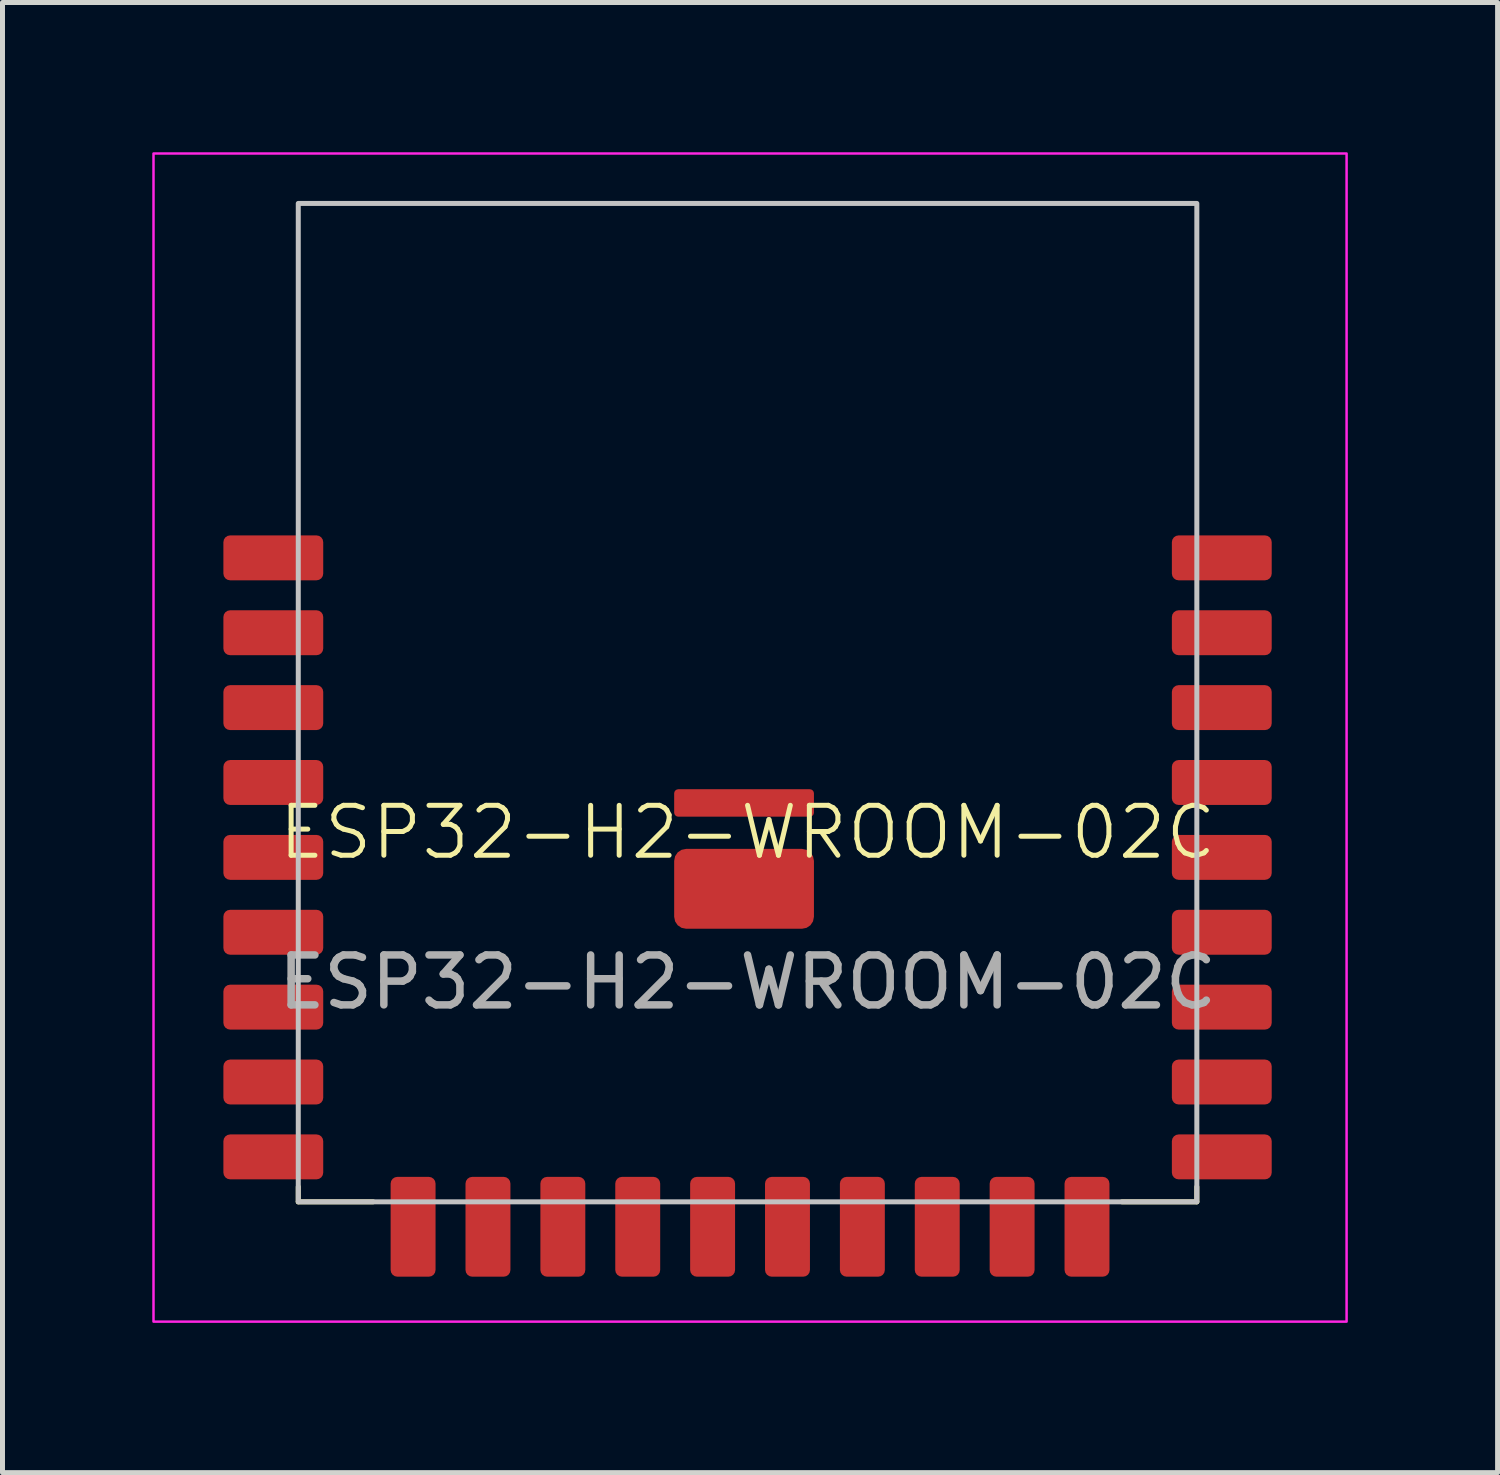
<source format=kicad_pcb>
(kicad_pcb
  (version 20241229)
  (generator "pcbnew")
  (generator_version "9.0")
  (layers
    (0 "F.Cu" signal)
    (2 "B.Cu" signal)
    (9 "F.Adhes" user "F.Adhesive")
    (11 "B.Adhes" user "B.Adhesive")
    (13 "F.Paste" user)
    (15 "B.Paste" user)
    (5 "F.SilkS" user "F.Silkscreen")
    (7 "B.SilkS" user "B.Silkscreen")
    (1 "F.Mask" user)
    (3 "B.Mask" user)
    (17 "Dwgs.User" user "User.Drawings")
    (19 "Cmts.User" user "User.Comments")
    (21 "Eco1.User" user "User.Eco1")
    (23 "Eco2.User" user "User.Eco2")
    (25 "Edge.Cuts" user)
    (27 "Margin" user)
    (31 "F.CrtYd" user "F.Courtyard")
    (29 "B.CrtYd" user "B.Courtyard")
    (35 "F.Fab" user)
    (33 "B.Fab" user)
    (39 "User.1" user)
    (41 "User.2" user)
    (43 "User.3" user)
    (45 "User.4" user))
  (footprint "ESP32-H2-WROOM-02C"
    (layer "F.Cu")
    (at 11.925 14.125)
    (property "Reference" "ESP32-H2-WROOM-02C" (at 0 -0.5 0) (unlocked yes) (layer "F.SilkS") (effects (font (size 1 1) (thickness 0.1))))
    (attr smd)
    (fp_line (start -9 6.6) (end -9 6.9) (stroke (width 0.1) (type default)) (layer "F.SilkS"))
    (fp_line (start -9 6.9) (end -7.5 6.9) (stroke (width 0.1) (type default)) (layer "F.SilkS"))
    (fp_line (start 7.5 6.9) (end 9 6.9) (stroke (width 0.1) (type default)) (layer "F.SilkS"))
    (fp_line (start 9 6.6) (end 9 6.9) (stroke (width 0.1) (type default)) (layer "F.SilkS"))
    (fp_rect (start -9 -13.1) (end 9 6.9) (stroke (width 0.1) (type solid)) (fill no) (layer "Dwgs.User"))
    (fp_rect (start -11.9 -14.1) (end 12 9.3) (stroke (width 0.05) (type default)) (fill no) (layer "F.CrtYd"))
    (fp_text user "${REFERENCE}" (at 0 2.5 0) (unlocked yes) (layer "F.Fab") (effects (font (size 1 1) (thickness 0.15))))
    (pad "1" smd roundrect (at -9.5 -6) (size 2 0.9) (layers "F.Cu" "F.Mask" "F.Paste") (roundrect_rratio 0.15))
    (pad "2" smd roundrect (at -9.5 -4.5) (size 2 0.9) (layers "F.Cu" "F.Mask" "F.Paste") (roundrect_rratio 0.15))
    (pad "3" smd roundrect (at -9.5 -3) (size 2 0.9) (layers "F.Cu" "F.Mask" "F.Paste") (roundrect_rratio 0.15))
    (pad "4" smd roundrect (at -9.5 -1.5) (size 2 0.9) (layers "F.Cu" "F.Mask" "F.Paste") (roundrect_rratio 0.15))
    (pad "5" smd roundrect (at -9.5 0) (size 2 0.9) (layers "F.Cu" "F.Mask" "F.Paste") (roundrect_rratio 0.15))
    (pad "6" smd roundrect (at -9.5 1.5) (size 2 0.9) (layers "F.Cu" "F.Mask" "F.Paste") (roundrect_rratio 0.15))
    (pad "7" smd roundrect (at -9.5 3) (size 2 0.9) (layers "F.Cu" "F.Mask" "F.Paste") (roundrect_rratio 0.15))
    (pad "8" smd roundrect (at -9.5 4.5) (size 2 0.9) (layers "F.Cu" "F.Mask" "F.Paste") (roundrect_rratio 0.15))
    (pad "9" smd roundrect (at -9.5 6) (size 2 0.9) (layers "F.Cu" "F.Mask" "F.Paste") (roundrect_rratio 0.15))
    (pad "10" smd roundrect (at -6.7 7.4 90) (size 2 0.9) (layers "F.Cu" "F.Mask" "F.Paste") (roundrect_rratio 0.15))
    (pad "11" smd roundrect (at -5.2 7.4 90) (size 2 0.9) (layers "F.Cu" "F.Mask" "F.Paste") (roundrect_rratio 0.15))
    (pad "12" smd roundrect (at -3.7 7.4 90) (size 2 0.9) (layers "F.Cu" "F.Mask" "F.Paste") (roundrect_rratio 0.15))
    (pad "13" smd roundrect (at -2.2 7.4 90) (size 2 0.9) (layers "F.Cu" "F.Mask" "F.Paste") (roundrect_rratio 0.15))
    (pad "14" smd roundrect (at -0.7 7.4 90) (size 2 0.9) (layers "F.Cu" "F.Mask" "F.Paste") (roundrect_rratio 0.15))
    (pad "15" smd roundrect (at 0.8 7.4 90) (size 2 0.9) (layers "F.Cu" "F.Mask" "F.Paste") (roundrect_rratio 0.15))
    (pad "16" smd roundrect (at 2.3 7.4 90) (size 2 0.9) (layers "F.Cu" "F.Mask" "F.Paste") (roundrect_rratio 0.15))
    (pad "17" smd roundrect (at 3.8 7.4 90) (size 2 0.9) (layers "F.Cu" "F.Mask" "F.Paste") (roundrect_rratio 0.15))
    (pad "18" smd roundrect (at 5.3 7.4 90) (size 2 0.9) (layers "F.Cu" "F.Mask" "F.Paste") (roundrect_rratio 0.15))
    (pad "19" smd roundrect (at 6.8 7.4 90) (size 2 0.9) (layers "F.Cu" "F.Mask" "F.Paste") (roundrect_rratio 0.15))
    (pad "20" smd roundrect (at 9.5 6 180) (size 2 0.9) (layers "F.Cu" "F.Mask" "F.Paste") (roundrect_rratio 0.15))
    (pad "21" smd roundrect (at 9.5 4.5 180) (size 2 0.9) (layers "F.Cu" "F.Mask" "F.Paste") (roundrect_rratio 0.15))
    (pad "22" smd roundrect (at 9.5 3 180) (size 2 0.9) (layers "F.Cu" "F.Mask" "F.Paste") (roundrect_rratio 0.15))
    (pad "23" smd roundrect (at 9.5 1.5 180) (size 2 0.9) (layers "F.Cu" "F.Mask" "F.Paste") (roundrect_rratio 0.15))
    (pad "24" smd roundrect (at 9.5 0 180) (size 2 0.9) (layers "F.Cu" "F.Mask" "F.Paste") (roundrect_rratio 0.15))
    (pad "25" smd roundrect (at 9.5 -1.5 180) (size 2 0.9) (layers "F.Cu" "F.Mask" "F.Paste") (roundrect_rratio 0.15))
    (pad "26" smd roundrect (at 9.5 -3 180) (size 2 0.9) (layers "F.Cu" "F.Mask" "F.Paste") (roundrect_rratio 0.15))
    (pad "27" smd roundrect (at 9.5 -4.5 180) (size 2 0.9) (layers "F.Cu" "F.Mask" "F.Paste") (roundrect_rratio 0.15))
    (pad "28" smd roundrect (at 9.5 -6 180) (size 2 0.9) (layers "F.Cu" "F.Mask" "F.Paste") (roundrect_rratio 0.15))
    (pad "29" smd roundrect (at -0.07 -1.09 180) (size 2.8 0.55) (layers "F.Cu" "F.Mask" "F.Paste") (roundrect_rratio 0.15))
    (pad "30" smd roundrect (at -0.07 0.63 180) (size 2.8 1.6) (layers "F.Cu" "F.Mask" "F.Paste") (roundrect_rratio 0.15)))
  (gr_rect
    (start -3 -3)
    (end 26.95 26.45)
    (stroke (width 0.1) (type default))
    (fill no)
    (layer "Edge.Cuts")))
</source>
